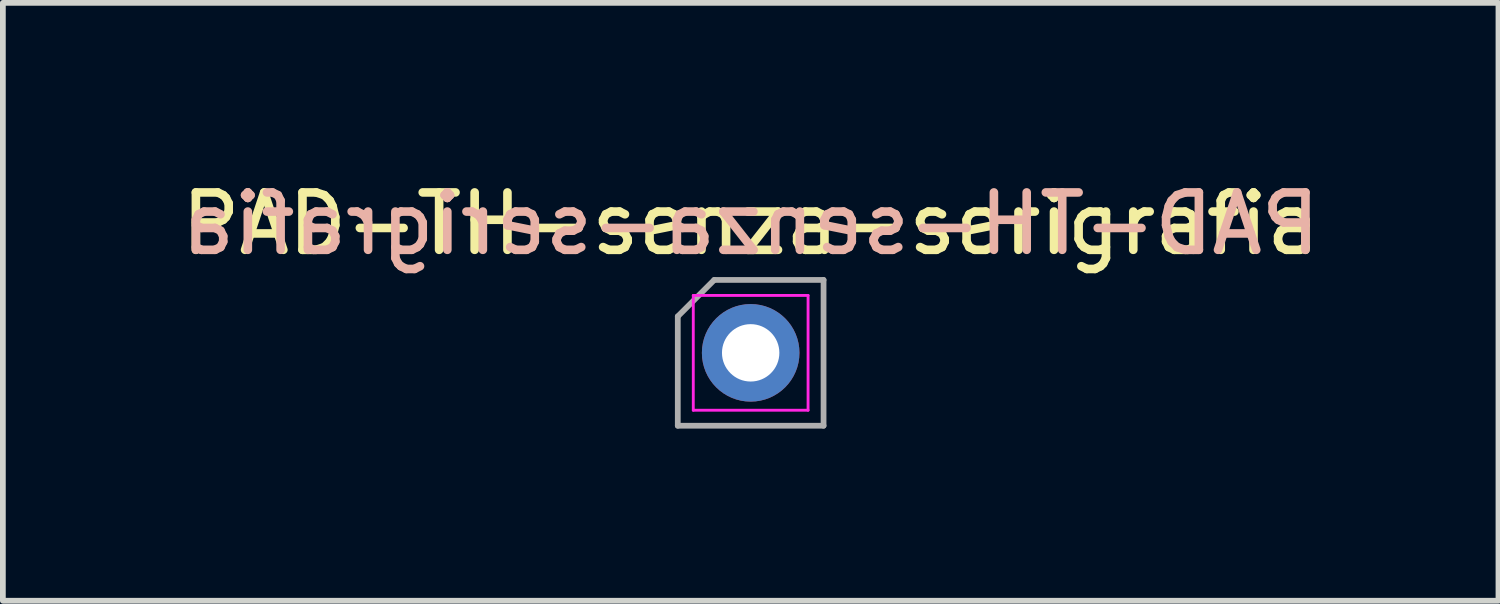
<source format=kicad_pcb>
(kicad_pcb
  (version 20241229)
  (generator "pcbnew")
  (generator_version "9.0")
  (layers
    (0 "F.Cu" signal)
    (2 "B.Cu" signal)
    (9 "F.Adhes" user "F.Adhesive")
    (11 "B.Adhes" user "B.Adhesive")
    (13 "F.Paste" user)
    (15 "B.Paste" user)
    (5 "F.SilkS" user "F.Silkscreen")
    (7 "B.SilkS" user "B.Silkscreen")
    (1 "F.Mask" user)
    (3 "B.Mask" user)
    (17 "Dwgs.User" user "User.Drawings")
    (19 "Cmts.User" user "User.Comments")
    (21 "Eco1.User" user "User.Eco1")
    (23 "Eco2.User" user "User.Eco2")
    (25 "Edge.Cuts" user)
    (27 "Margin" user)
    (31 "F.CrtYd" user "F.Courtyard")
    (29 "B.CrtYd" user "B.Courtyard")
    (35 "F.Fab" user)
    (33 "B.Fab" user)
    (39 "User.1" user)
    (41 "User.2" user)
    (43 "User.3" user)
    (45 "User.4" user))
  (footprint "PAD-TH-senza-serigrafia"
    (layer "F.Cu")
    (at 10.03 3.098)
    (property "Reference" "PAD-TH-senza-serigrafia" (at 0 -2.25 0) (layer "F.SilkS") (effects (font (size 1 1) (thickness 0.15))))
    (attr through_hole)
    (fp_line (start -1 -1) (end -1 1) (stroke (width 0.05) (type solid)) (layer "F.CrtYd"))
    (fp_line (start -1 1) (end 1 1) (stroke (width 0.05) (type solid)) (layer "F.CrtYd"))
    (fp_line (start 1 -1) (end -1 -1) (stroke (width 0.05) (type solid)) (layer "F.CrtYd"))
    (fp_line (start 1 1) (end 1 -1) (stroke (width 0.05) (type solid)) (layer "F.CrtYd"))
    (fp_line (start -1.27 -0.635) (end -0.635 -1.27) (stroke (width 0.1) (type solid)) (layer "F.Fab"))
    (fp_line (start -1.27 1.27) (end -1.27 -0.635) (stroke (width 0.1) (type solid)) (layer "F.Fab"))
    (fp_line (start -0.635 -1.27) (end 1.27 -1.27) (stroke (width 0.1) (type solid)) (layer "F.Fab"))
    (fp_line (start 1.27 -1.27) (end 1.27 1.27) (stroke (width 0.1) (type solid)) (layer "F.Fab"))
    (fp_line (start 1.27 1.27) (end -1.27 1.27) (stroke (width 0.1) (type solid)) (layer "F.Fab"))
    (fp_text user "${REFERENCE}" (at 0 -2.25 0) (layer "B.SilkS") (effects (font (size 1 1) (thickness 0.15)) (justify mirror)))
    (pad "1" thru_hole circle (at 0 0) (size 1.7 1.7) (drill 1) (layers "*.Cu" "*.Mask")))
  (gr_rect
    (start -3 -3)
    (end 23.06 7.418)
    (stroke (width 0.1) (type default))
    (fill no)
    (layer "Edge.Cuts")))
</source>
